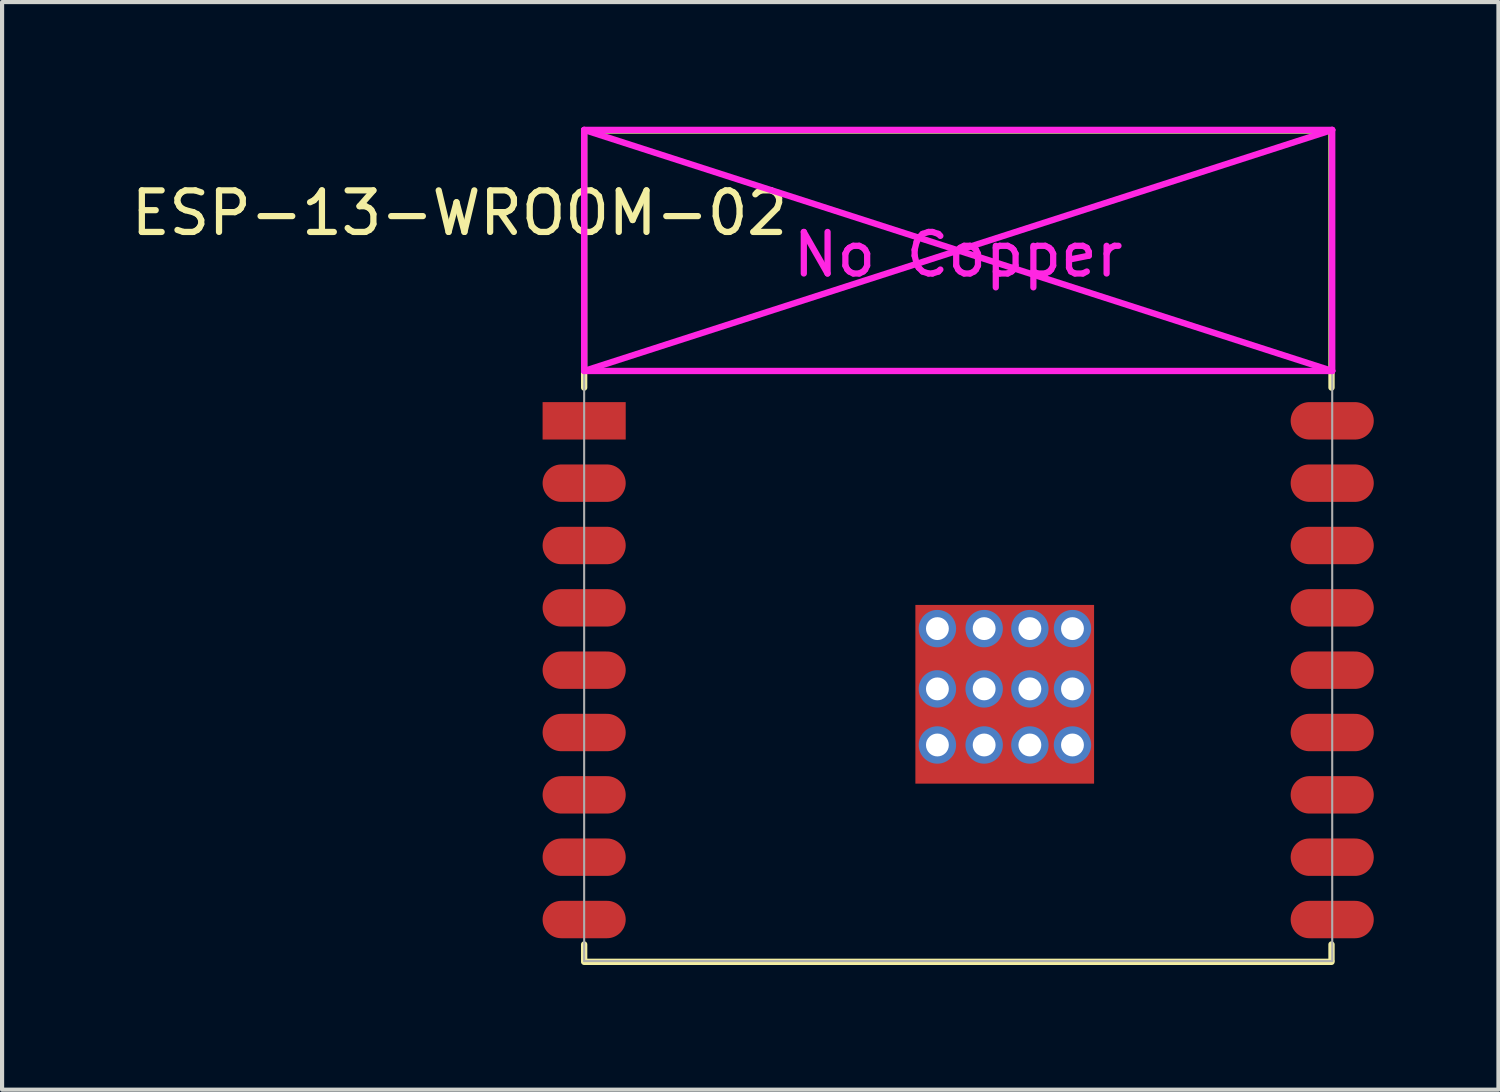
<source format=kicad_pcb>
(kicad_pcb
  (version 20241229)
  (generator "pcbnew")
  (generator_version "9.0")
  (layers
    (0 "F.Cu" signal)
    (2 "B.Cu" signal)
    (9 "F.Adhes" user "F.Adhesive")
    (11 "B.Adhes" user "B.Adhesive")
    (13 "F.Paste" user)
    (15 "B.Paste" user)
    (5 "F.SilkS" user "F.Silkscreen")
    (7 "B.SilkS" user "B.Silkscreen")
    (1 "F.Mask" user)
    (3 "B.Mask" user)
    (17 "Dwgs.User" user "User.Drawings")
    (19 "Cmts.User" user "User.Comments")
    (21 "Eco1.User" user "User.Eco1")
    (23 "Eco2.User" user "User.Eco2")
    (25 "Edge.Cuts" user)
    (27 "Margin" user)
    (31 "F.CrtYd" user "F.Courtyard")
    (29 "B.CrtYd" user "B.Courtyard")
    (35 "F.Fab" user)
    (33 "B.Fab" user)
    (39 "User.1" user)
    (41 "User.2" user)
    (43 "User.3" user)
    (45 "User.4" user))
  (footprint "ESP-13-WROOM-02"
    (layer "F.Cu")
    (at 11.006 7.076)
    (property "Reference" "ESP-13-WROOM-02" (at -3 -5 0) (layer "F.SilkS") (effects (font (size 1 1) (thickness 0.15))))
    (attr through_hole)
    (fp_line (start 0 -6.985) (end 0 -0.8) (stroke (width 0.152) (type solid)) (layer "F.SilkS"))
    (fp_line (start 0 12.6) (end 0 12.979) (stroke (width 0.152) (type solid)) (layer "F.SilkS"))
    (fp_line (start 0 13.018) (end 17.983 13.018) (stroke (width 0.152) (type solid)) (layer "F.SilkS"))
    (fp_line (start 17.971 -6.985) (end 0 -6.985) (stroke (width 0.152) (type solid)) (layer "F.SilkS"))
    (fp_line (start 17.983 -6.985) (end 17.983 -0.8) (stroke (width 0.152) (type solid)) (layer "F.SilkS"))
    (fp_line (start 17.983 12.6) (end 17.983 12.979) (stroke (width 0.152) (type solid)) (layer "F.SilkS"))
    (fp_line (start 0 -7) (end 0 -1.2) (stroke (width 0.152) (type solid)) (layer "F.CrtYd"))
    (fp_line (start 0 -7) (end 18 -1.2) (stroke (width 0.152) (type solid)) (layer "F.CrtYd"))
    (fp_line (start 0 -1.2) (end 18 -1.2) (stroke (width 0.152) (type solid)) (layer "F.CrtYd"))
    (fp_line (start 18 -7) (end 0 -7) (stroke (width 0.152) (type solid)) (layer "F.CrtYd"))
    (fp_line (start 18 -7) (end 0 -1.2) (stroke (width 0.152) (type solid)) (layer "F.CrtYd"))
    (fp_line (start 18 -1.2) (end 18 -7) (stroke (width 0.152) (type solid)) (layer "F.CrtYd"))
    (fp_line (start 0 -7) (end 18 -7) (stroke (width 0.05) (type solid)) (layer "F.Fab"))
    (fp_line (start 0 13) (end 0 -7) (stroke (width 0.05) (type solid)) (layer "F.Fab"))
    (fp_line (start 0 13) (end 18 13) (stroke (width 0.05) (type solid)) (layer "F.Fab"))
    (fp_line (start 18 -7) (end 18 13) (stroke (width 0.05) (type solid)) (layer "F.Fab"))
    (fp_text user "No Copper" (at 9 -4 0) (layer "F.CrtYd") (effects (font (size 1 1) (thickness 0.15))))
    (pad "1" smd rect (at 0 0) (size 2 0.9) (layers "F.Cu" "F.Mask" "F.Paste"))
    (pad "2" smd oval (at 0 1.5) (size 2 0.9) (layers "F.Cu" "F.Mask" "F.Paste"))
    (pad "3" smd oval (at 0 3) (size 2 0.9) (layers "F.Cu" "F.Mask" "F.Paste"))
    (pad "4" smd oval (at 0 4.5) (size 2 0.9) (layers "F.Cu" "F.Mask" "F.Paste"))
    (pad "5" smd oval (at 0 6) (size 2 0.9) (layers "F.Cu" "F.Mask" "F.Paste"))
    (pad "6" smd oval (at 0 7.5) (size 2 0.9) (layers "F.Cu" "F.Mask" "F.Paste"))
    (pad "7" smd oval (at 0 9) (size 2 0.9) (layers "F.Cu" "F.Mask" "F.Paste"))
    (pad "8" smd oval (at 0 10.5) (size 2 0.9) (layers "F.Cu" "F.Mask" "F.Paste"))
    (pad "9" smd oval (at 0 12) (size 2 0.9) (layers "F.Cu" "F.Mask" "F.Paste"))
    (pad "10" smd oval (at 18 12) (size 2 0.9) (layers "F.Cu" "F.Mask" "F.Paste"))
    (pad "11" smd oval (at 18 10.5) (size 2 0.9) (layers "F.Cu" "F.Mask" "F.Paste"))
    (pad "12" smd oval (at 18 9) (size 2 0.9) (layers "F.Cu" "F.Mask" "F.Paste"))
    (pad "13" smd oval (at 18 7.5) (size 2 0.9) (layers "F.Cu" "F.Mask" "F.Paste"))
    (pad "14" smd oval (at 18 6) (size 2 0.9) (layers "F.Cu" "F.Mask" "F.Paste"))
    (pad "15" smd oval (at 18 4.5) (size 2 0.9) (layers "F.Cu" "F.Mask" "F.Paste"))
    (pad "16" smd oval (at 18 3) (size 2 0.9) (layers "F.Cu" "F.Mask" "F.Paste"))
    (pad "17" smd oval (at 18 1.5) (size 2 0.9) (layers "F.Cu" "F.Mask" "F.Paste"))
    (pad "18" smd oval (at 18 0) (size 2 0.9) (layers "F.Cu" "F.Mask" "F.Paste"))
    (pad "PAD" thru_hole circle (at 8.5 5) (size 0.9 0.9) (drill 0.55) (layers "*.Cu" "*.Mask"))
    (pad "PAD" thru_hole circle (at 8.5 6.45) (size 0.9 0.9) (drill 0.55) (layers "*.Cu" "*.Mask"))
    (pad "PAD" thru_hole circle (at 8.5 7.8) (size 0.9 0.9) (drill 0.55) (layers "*.Cu" "*.Mask"))
    (pad "PAD" thru_hole circle (at 9.625 5) (size 0.9 0.9) (drill 0.55) (layers "*.Cu" "*.Mask"))
    (pad "PAD" thru_hole circle (at 9.625 6.45) (size 0.9 0.9) (drill 0.55) (layers "*.Cu" "*.Mask"))
    (pad "PAD" thru_hole circle (at 9.625 7.8) (size 0.9 0.9) (drill 0.55) (layers "*.Cu" "*.Mask"))
    (pad "PAD" smd rect (at 10.12 6.58) (size 4.3 4.3) (layers "F.Cu" "F.Mask" "F.Paste"))
    (pad "PAD" thru_hole circle (at 10.725 5) (size 0.9 0.9) (drill 0.55) (layers "*.Cu" "*.Mask"))
    (pad "PAD" thru_hole circle (at 10.725 6.45) (size 0.9 0.9) (drill 0.55) (layers "*.Cu" "*.Mask"))
    (pad "PAD" thru_hole circle (at 10.725 7.8) (size 0.9 0.9) (drill 0.55) (layers "*.Cu" "*.Mask"))
    (pad "PAD" thru_hole circle (at 11.75 5) (size 0.9 0.9) (drill 0.55) (layers "*.Cu" "*.Mask"))
    (pad "PAD" thru_hole circle (at 11.75 6.45) (size 0.9 0.9) (drill 0.55) (layers "*.Cu" "*.Mask"))
    (pad "PAD" thru_hole circle (at 11.75 7.8) (size 0.9 0.9) (drill 0.55) (layers "*.Cu" "*.Mask")))
  (gr_rect
    (start -3 -3)
    (end 33.006 23.17)
    (stroke (width 0.1) (type default))
    (fill no)
    (layer "Edge.Cuts")))
</source>
